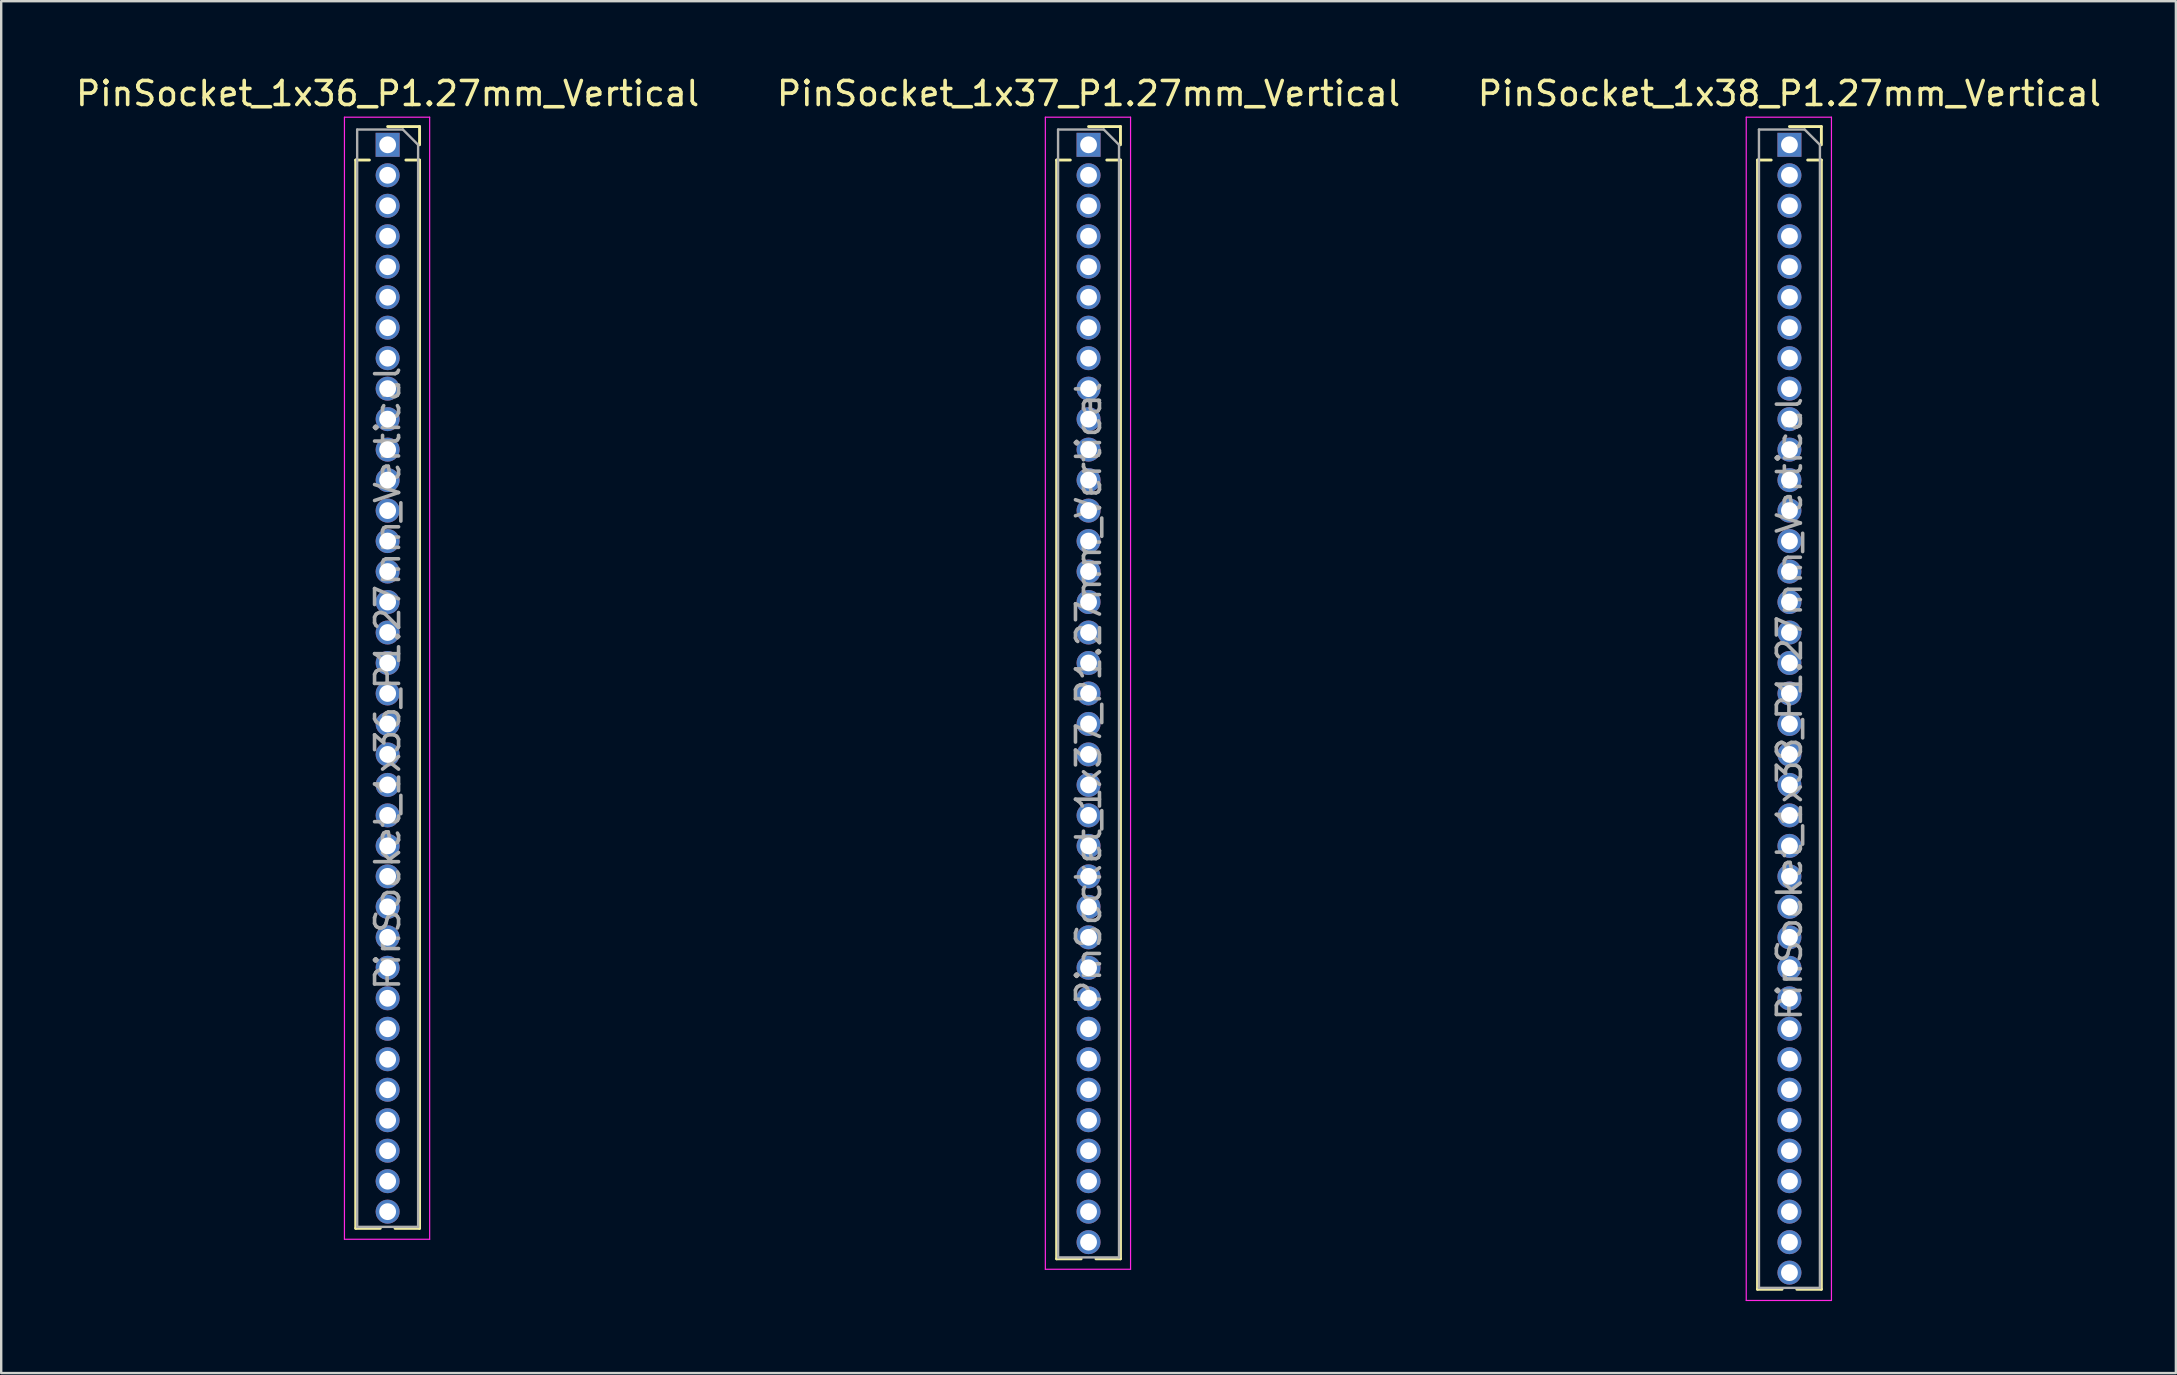
<source format=kicad_pcb>
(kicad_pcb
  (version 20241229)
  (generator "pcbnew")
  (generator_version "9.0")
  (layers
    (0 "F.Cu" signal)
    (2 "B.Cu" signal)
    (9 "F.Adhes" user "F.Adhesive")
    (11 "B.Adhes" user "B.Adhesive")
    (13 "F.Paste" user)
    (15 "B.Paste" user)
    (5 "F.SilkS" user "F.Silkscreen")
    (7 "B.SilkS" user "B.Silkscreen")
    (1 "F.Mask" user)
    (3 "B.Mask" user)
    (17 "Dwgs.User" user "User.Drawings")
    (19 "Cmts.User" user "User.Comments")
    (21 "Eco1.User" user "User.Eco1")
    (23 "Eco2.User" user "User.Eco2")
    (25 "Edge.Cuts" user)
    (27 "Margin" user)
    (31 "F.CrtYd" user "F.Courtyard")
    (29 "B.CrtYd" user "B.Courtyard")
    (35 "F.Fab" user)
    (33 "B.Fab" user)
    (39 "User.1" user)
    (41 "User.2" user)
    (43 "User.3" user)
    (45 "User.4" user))
  (footprint "PinSocket_1x36_P1.27mm_Vertical"
    (layer "F.Cu")
    (at 13.101 2.983)
    (property "Reference" "PinSocket_1x36_P1.27mm_Vertical" (at 0 -2.135 0) (layer "F.SilkS") (effects (font (size 1 1) (thickness 0.15))))
    (attr through_hole)
    (fp_line (start -1.33 0.635) (end -1.33 45.145) (stroke (width 0.12) (type solid)) (layer "F.SilkS"))
    (fp_line (start -1.33 0.635) (end -0.76 0.635) (stroke (width 0.12) (type solid)) (layer "F.SilkS"))
    (fp_line (start -1.33 45.145) (end -0.308 45.145) (stroke (width 0.12) (type solid)) (layer "F.SilkS"))
    (fp_line (start 0 -0.76) (end 1.33 -0.76) (stroke (width 0.12) (type solid)) (layer "F.SilkS"))
    (fp_line (start 0.308 45.145) (end 1.33 45.145) (stroke (width 0.12) (type solid)) (layer "F.SilkS"))
    (fp_line (start 0.76 0.635) (end 1.33 0.635) (stroke (width 0.12) (type solid)) (layer "F.SilkS"))
    (fp_line (start 1.33 -0.76) (end 1.33 0) (stroke (width 0.12) (type solid)) (layer "F.SilkS"))
    (fp_line (start 1.33 0.635) (end 1.33 45.145) (stroke (width 0.12) (type solid)) (layer "F.SilkS"))
    (fp_line (start -1.8 -1.15) (end 1.75 -1.15) (stroke (width 0.05) (type solid)) (layer "F.CrtYd"))
    (fp_line (start -1.8 45.6) (end -1.8 -1.15) (stroke (width 0.05) (type solid)) (layer "F.CrtYd"))
    (fp_line (start 1.75 -1.15) (end 1.75 45.6) (stroke (width 0.05) (type solid)) (layer "F.CrtYd"))
    (fp_line (start 1.75 45.6) (end -1.8 45.6) (stroke (width 0.05) (type solid)) (layer "F.CrtYd"))
    (fp_line (start -1.27 -0.635) (end 0.635 -0.635) (stroke (width 0.1) (type solid)) (layer "F.Fab"))
    (fp_line (start -1.27 45.085) (end -1.27 -0.635) (stroke (width 0.1) (type solid)) (layer "F.Fab"))
    (fp_line (start 0.635 -0.635) (end 1.27 0) (stroke (width 0.1) (type solid)) (layer "F.Fab"))
    (fp_line (start 1.27 0) (end 1.27 45.085) (stroke (width 0.1) (type solid)) (layer "F.Fab"))
    (fp_line (start 1.27 45.085) (end -1.27 45.085) (stroke (width 0.1) (type solid)) (layer "F.Fab"))
    (fp_text user "${REFERENCE}" (at 0 22.225 90) (layer "F.Fab") (effects (font (size 1 1) (thickness 0.15))))
    (pad "1" thru_hole rect (at 0 0) (size 1 1) (drill 0.7) (layers "*.Cu" "*.Mask"))
    (pad "2" thru_hole oval (at 0 1.27) (size 1 1) (drill 0.7) (layers "*.Cu" "*.Mask"))
    (pad "3" thru_hole oval (at 0 2.54) (size 1 1) (drill 0.7) (layers "*.Cu" "*.Mask"))
    (pad "4" thru_hole oval (at 0 3.81) (size 1 1) (drill 0.7) (layers "*.Cu" "*.Mask"))
    (pad "5" thru_hole oval (at 0 5.08) (size 1 1) (drill 0.7) (layers "*.Cu" "*.Mask"))
    (pad "6" thru_hole oval (at 0 6.35) (size 1 1) (drill 0.7) (layers "*.Cu" "*.Mask"))
    (pad "7" thru_hole oval (at 0 7.62) (size 1 1) (drill 0.7) (layers "*.Cu" "*.Mask"))
    (pad "8" thru_hole oval (at 0 8.89) (size 1 1) (drill 0.7) (layers "*.Cu" "*.Mask"))
    (pad "9" thru_hole oval (at 0 10.16) (size 1 1) (drill 0.7) (layers "*.Cu" "*.Mask"))
    (pad "10" thru_hole oval (at 0 11.43) (size 1 1) (drill 0.7) (layers "*.Cu" "*.Mask"))
    (pad "11" thru_hole oval (at 0 12.7) (size 1 1) (drill 0.7) (layers "*.Cu" "*.Mask"))
    (pad "12" thru_hole oval (at 0 13.97) (size 1 1) (drill 0.7) (layers "*.Cu" "*.Mask"))
    (pad "13" thru_hole oval (at 0 15.24) (size 1 1) (drill 0.7) (layers "*.Cu" "*.Mask"))
    (pad "14" thru_hole oval (at 0 16.51) (size 1 1) (drill 0.7) (layers "*.Cu" "*.Mask"))
    (pad "15" thru_hole oval (at 0 17.78) (size 1 1) (drill 0.7) (layers "*.Cu" "*.Mask"))
    (pad "16" thru_hole oval (at 0 19.05) (size 1 1) (drill 0.7) (layers "*.Cu" "*.Mask"))
    (pad "17" thru_hole oval (at 0 20.32) (size 1 1) (drill 0.7) (layers "*.Cu" "*.Mask"))
    (pad "18" thru_hole oval (at 0 21.59) (size 1 1) (drill 0.7) (layers "*.Cu" "*.Mask"))
    (pad "19" thru_hole oval (at 0 22.86) (size 1 1) (drill 0.7) (layers "*.Cu" "*.Mask"))
    (pad "20" thru_hole oval (at 0 24.13) (size 1 1) (drill 0.7) (layers "*.Cu" "*.Mask"))
    (pad "21" thru_hole oval (at 0 25.4) (size 1 1) (drill 0.7) (layers "*.Cu" "*.Mask"))
    (pad "22" thru_hole oval (at 0 26.67) (size 1 1) (drill 0.7) (layers "*.Cu" "*.Mask"))
    (pad "23" thru_hole oval (at 0 27.94) (size 1 1) (drill 0.7) (layers "*.Cu" "*.Mask"))
    (pad "24" thru_hole oval (at 0 29.21) (size 1 1) (drill 0.7) (layers "*.Cu" "*.Mask"))
    (pad "25" thru_hole oval (at 0 30.48) (size 1 1) (drill 0.7) (layers "*.Cu" "*.Mask"))
    (pad "26" thru_hole oval (at 0 31.75) (size 1 1) (drill 0.7) (layers "*.Cu" "*.Mask"))
    (pad "27" thru_hole oval (at 0 33.02) (size 1 1) (drill 0.7) (layers "*.Cu" "*.Mask"))
    (pad "28" thru_hole oval (at 0 34.29) (size 1 1) (drill 0.7) (layers "*.Cu" "*.Mask"))
    (pad "29" thru_hole oval (at 0 35.56) (size 1 1) (drill 0.7) (layers "*.Cu" "*.Mask"))
    (pad "30" thru_hole oval (at 0 36.83) (size 1 1) (drill 0.7) (layers "*.Cu" "*.Mask"))
    (pad "31" thru_hole oval (at 0 38.1) (size 1 1) (drill 0.7) (layers "*.Cu" "*.Mask"))
    (pad "32" thru_hole oval (at 0 39.37) (size 1 1) (drill 0.7) (layers "*.Cu" "*.Mask"))
    (pad "33" thru_hole oval (at 0 40.64) (size 1 1) (drill 0.7) (layers "*.Cu" "*.Mask"))
    (pad "34" thru_hole oval (at 0 41.91) (size 1 1) (drill 0.7) (layers "*.Cu" "*.Mask"))
    (pad "35" thru_hole oval (at 0 43.18) (size 1 1) (drill 0.7) (layers "*.Cu" "*.Mask"))
    (pad "36" thru_hole oval (at 0 44.45) (size 1 1) (drill 0.7) (layers "*.Cu" "*.Mask")))
  (footprint "PinSocket_1x37_P1.27mm_Vertical"
    (layer "F.Cu")
    (at 42.304 2.983)
    (property "Reference" "PinSocket_1x37_P1.27mm_Vertical" (at 0 -2.135 0) (layer "F.SilkS") (effects (font (size 1 1) (thickness 0.15))))
    (attr through_hole)
    (fp_line (start -1.33 0.635) (end -1.33 46.415) (stroke (width 0.12) (type solid)) (layer "F.SilkS"))
    (fp_line (start -1.33 0.635) (end -0.76 0.635) (stroke (width 0.12) (type solid)) (layer "F.SilkS"))
    (fp_line (start -1.33 46.415) (end -0.308 46.415) (stroke (width 0.12) (type solid)) (layer "F.SilkS"))
    (fp_line (start 0 -0.76) (end 1.33 -0.76) (stroke (width 0.12) (type solid)) (layer "F.SilkS"))
    (fp_line (start 0.308 46.415) (end 1.33 46.415) (stroke (width 0.12) (type solid)) (layer "F.SilkS"))
    (fp_line (start 0.76 0.635) (end 1.33 0.635) (stroke (width 0.12) (type solid)) (layer "F.SilkS"))
    (fp_line (start 1.33 -0.76) (end 1.33 0) (stroke (width 0.12) (type solid)) (layer "F.SilkS"))
    (fp_line (start 1.33 0.635) (end 1.33 46.415) (stroke (width 0.12) (type solid)) (layer "F.SilkS"))
    (fp_line (start -1.8 -1.15) (end 1.75 -1.15) (stroke (width 0.05) (type solid)) (layer "F.CrtYd"))
    (fp_line (start -1.8 46.85) (end -1.8 -1.15) (stroke (width 0.05) (type solid)) (layer "F.CrtYd"))
    (fp_line (start 1.75 -1.15) (end 1.75 46.85) (stroke (width 0.05) (type solid)) (layer "F.CrtYd"))
    (fp_line (start 1.75 46.85) (end -1.8 46.85) (stroke (width 0.05) (type solid)) (layer "F.CrtYd"))
    (fp_line (start -1.27 -0.635) (end 0.635 -0.635) (stroke (width 0.1) (type solid)) (layer "F.Fab"))
    (fp_line (start -1.27 46.355) (end -1.27 -0.635) (stroke (width 0.1) (type solid)) (layer "F.Fab"))
    (fp_line (start 0.635 -0.635) (end 1.27 0) (stroke (width 0.1) (type solid)) (layer "F.Fab"))
    (fp_line (start 1.27 0) (end 1.27 46.355) (stroke (width 0.1) (type solid)) (layer "F.Fab"))
    (fp_line (start 1.27 46.355) (end -1.27 46.355) (stroke (width 0.1) (type solid)) (layer "F.Fab"))
    (fp_text user "${REFERENCE}" (at 0 22.86 90) (layer "F.Fab") (effects (font (size 1 1) (thickness 0.15))))
    (pad "1" thru_hole rect (at 0 0) (size 1 1) (drill 0.7) (layers "*.Cu" "*.Mask"))
    (pad "2" thru_hole oval (at 0 1.27) (size 1 1) (drill 0.7) (layers "*.Cu" "*.Mask"))
    (pad "3" thru_hole oval (at 0 2.54) (size 1 1) (drill 0.7) (layers "*.Cu" "*.Mask"))
    (pad "4" thru_hole oval (at 0 3.81) (size 1 1) (drill 0.7) (layers "*.Cu" "*.Mask"))
    (pad "5" thru_hole oval (at 0 5.08) (size 1 1) (drill 0.7) (layers "*.Cu" "*.Mask"))
    (pad "6" thru_hole oval (at 0 6.35) (size 1 1) (drill 0.7) (layers "*.Cu" "*.Mask"))
    (pad "7" thru_hole oval (at 0 7.62) (size 1 1) (drill 0.7) (layers "*.Cu" "*.Mask"))
    (pad "8" thru_hole oval (at 0 8.89) (size 1 1) (drill 0.7) (layers "*.Cu" "*.Mask"))
    (pad "9" thru_hole oval (at 0 10.16) (size 1 1) (drill 0.7) (layers "*.Cu" "*.Mask"))
    (pad "10" thru_hole oval (at 0 11.43) (size 1 1) (drill 0.7) (layers "*.Cu" "*.Mask"))
    (pad "11" thru_hole oval (at 0 12.7) (size 1 1) (drill 0.7) (layers "*.Cu" "*.Mask"))
    (pad "12" thru_hole oval (at 0 13.97) (size 1 1) (drill 0.7) (layers "*.Cu" "*.Mask"))
    (pad "13" thru_hole oval (at 0 15.24) (size 1 1) (drill 0.7) (layers "*.Cu" "*.Mask"))
    (pad "14" thru_hole oval (at 0 16.51) (size 1 1) (drill 0.7) (layers "*.Cu" "*.Mask"))
    (pad "15" thru_hole oval (at 0 17.78) (size 1 1) (drill 0.7) (layers "*.Cu" "*.Mask"))
    (pad "16" thru_hole oval (at 0 19.05) (size 1 1) (drill 0.7) (layers "*.Cu" "*.Mask"))
    (pad "17" thru_hole oval (at 0 20.32) (size 1 1) (drill 0.7) (layers "*.Cu" "*.Mask"))
    (pad "18" thru_hole oval (at 0 21.59) (size 1 1) (drill 0.7) (layers "*.Cu" "*.Mask"))
    (pad "19" thru_hole oval (at 0 22.86) (size 1 1) (drill 0.7) (layers "*.Cu" "*.Mask"))
    (pad "20" thru_hole oval (at 0 24.13) (size 1 1) (drill 0.7) (layers "*.Cu" "*.Mask"))
    (pad "21" thru_hole oval (at 0 25.4) (size 1 1) (drill 0.7) (layers "*.Cu" "*.Mask"))
    (pad "22" thru_hole oval (at 0 26.67) (size 1 1) (drill 0.7) (layers "*.Cu" "*.Mask"))
    (pad "23" thru_hole oval (at 0 27.94) (size 1 1) (drill 0.7) (layers "*.Cu" "*.Mask"))
    (pad "24" thru_hole oval (at 0 29.21) (size 1 1) (drill 0.7) (layers "*.Cu" "*.Mask"))
    (pad "25" thru_hole oval (at 0 30.48) (size 1 1) (drill 0.7) (layers "*.Cu" "*.Mask"))
    (pad "26" thru_hole oval (at 0 31.75) (size 1 1) (drill 0.7) (layers "*.Cu" "*.Mask"))
    (pad "27" thru_hole oval (at 0 33.02) (size 1 1) (drill 0.7) (layers "*.Cu" "*.Mask"))
    (pad "28" thru_hole oval (at 0 34.29) (size 1 1) (drill 0.7) (layers "*.Cu" "*.Mask"))
    (pad "29" thru_hole oval (at 0 35.56) (size 1 1) (drill 0.7) (layers "*.Cu" "*.Mask"))
    (pad "30" thru_hole oval (at 0 36.83) (size 1 1) (drill 0.7) (layers "*.Cu" "*.Mask"))
    (pad "31" thru_hole oval (at 0 38.1) (size 1 1) (drill 0.7) (layers "*.Cu" "*.Mask"))
    (pad "32" thru_hole oval (at 0 39.37) (size 1 1) (drill 0.7) (layers "*.Cu" "*.Mask"))
    (pad "33" thru_hole oval (at 0 40.64) (size 1 1) (drill 0.7) (layers "*.Cu" "*.Mask"))
    (pad "34" thru_hole oval (at 0 41.91) (size 1 1) (drill 0.7) (layers "*.Cu" "*.Mask"))
    (pad "35" thru_hole oval (at 0 43.18) (size 1 1) (drill 0.7) (layers "*.Cu" "*.Mask"))
    (pad "36" thru_hole oval (at 0 44.45) (size 1 1) (drill 0.7) (layers "*.Cu" "*.Mask"))
    (pad "37" thru_hole oval (at 0 45.72) (size 1 1) (drill 0.7) (layers "*.Cu" "*.Mask")))
  (footprint "PinSocket_1x38_P1.27mm_Vertical"
    (layer "F.Cu")
    (at 71.506 2.983)
    (property "Reference" "PinSocket_1x38_P1.27mm_Vertical" (at 0 -2.135 0) (layer "F.SilkS") (effects (font (size 1 1) (thickness 0.15))))
    (attr through_hole)
    (fp_line (start -1.33 0.635) (end -1.33 47.685) (stroke (width 0.12) (type solid)) (layer "F.SilkS"))
    (fp_line (start -1.33 0.635) (end -0.76 0.635) (stroke (width 0.12) (type solid)) (layer "F.SilkS"))
    (fp_line (start -1.33 47.685) (end -0.308 47.685) (stroke (width 0.12) (type solid)) (layer "F.SilkS"))
    (fp_line (start 0 -0.76) (end 1.33 -0.76) (stroke (width 0.12) (type solid)) (layer "F.SilkS"))
    (fp_line (start 0.308 47.685) (end 1.33 47.685) (stroke (width 0.12) (type solid)) (layer "F.SilkS"))
    (fp_line (start 0.76 0.635) (end 1.33 0.635) (stroke (width 0.12) (type solid)) (layer "F.SilkS"))
    (fp_line (start 1.33 -0.76) (end 1.33 0) (stroke (width 0.12) (type solid)) (layer "F.SilkS"))
    (fp_line (start 1.33 0.635) (end 1.33 47.685) (stroke (width 0.12) (type solid)) (layer "F.SilkS"))
    (fp_line (start -1.8 -1.15) (end 1.75 -1.15) (stroke (width 0.05) (type solid)) (layer "F.CrtYd"))
    (fp_line (start -1.8 48.15) (end -1.8 -1.15) (stroke (width 0.05) (type solid)) (layer "F.CrtYd"))
    (fp_line (start 1.75 -1.15) (end 1.75 48.15) (stroke (width 0.05) (type solid)) (layer "F.CrtYd"))
    (fp_line (start 1.75 48.15) (end -1.8 48.15) (stroke (width 0.05) (type solid)) (layer "F.CrtYd"))
    (fp_line (start -1.27 -0.635) (end 0.635 -0.635) (stroke (width 0.1) (type solid)) (layer "F.Fab"))
    (fp_line (start -1.27 47.625) (end -1.27 -0.635) (stroke (width 0.1) (type solid)) (layer "F.Fab"))
    (fp_line (start 0.635 -0.635) (end 1.27 0) (stroke (width 0.1) (type solid)) (layer "F.Fab"))
    (fp_line (start 1.27 0) (end 1.27 47.625) (stroke (width 0.1) (type solid)) (layer "F.Fab"))
    (fp_line (start 1.27 47.625) (end -1.27 47.625) (stroke (width 0.1) (type solid)) (layer "F.Fab"))
    (fp_text user "${REFERENCE}" (at 0 23.495 90) (layer "F.Fab") (effects (font (size 1 1) (thickness 0.15))))
    (pad "1" thru_hole rect (at 0 0) (size 1 1) (drill 0.7) (layers "*.Cu" "*.Mask"))
    (pad "2" thru_hole oval (at 0 1.27) (size 1 1) (drill 0.7) (layers "*.Cu" "*.Mask"))
    (pad "3" thru_hole oval (at 0 2.54) (size 1 1) (drill 0.7) (layers "*.Cu" "*.Mask"))
    (pad "4" thru_hole oval (at 0 3.81) (size 1 1) (drill 0.7) (layers "*.Cu" "*.Mask"))
    (pad "5" thru_hole oval (at 0 5.08) (size 1 1) (drill 0.7) (layers "*.Cu" "*.Mask"))
    (pad "6" thru_hole oval (at 0 6.35) (size 1 1) (drill 0.7) (layers "*.Cu" "*.Mask"))
    (pad "7" thru_hole oval (at 0 7.62) (size 1 1) (drill 0.7) (layers "*.Cu" "*.Mask"))
    (pad "8" thru_hole oval (at 0 8.89) (size 1 1) (drill 0.7) (layers "*.Cu" "*.Mask"))
    (pad "9" thru_hole oval (at 0 10.16) (size 1 1) (drill 0.7) (layers "*.Cu" "*.Mask"))
    (pad "10" thru_hole oval (at 0 11.43) (size 1 1) (drill 0.7) (layers "*.Cu" "*.Mask"))
    (pad "11" thru_hole oval (at 0 12.7) (size 1 1) (drill 0.7) (layers "*.Cu" "*.Mask"))
    (pad "12" thru_hole oval (at 0 13.97) (size 1 1) (drill 0.7) (layers "*.Cu" "*.Mask"))
    (pad "13" thru_hole oval (at 0 15.24) (size 1 1) (drill 0.7) (layers "*.Cu" "*.Mask"))
    (pad "14" thru_hole oval (at 0 16.51) (size 1 1) (drill 0.7) (layers "*.Cu" "*.Mask"))
    (pad "15" thru_hole oval (at 0 17.78) (size 1 1) (drill 0.7) (layers "*.Cu" "*.Mask"))
    (pad "16" thru_hole oval (at 0 19.05) (size 1 1) (drill 0.7) (layers "*.Cu" "*.Mask"))
    (pad "17" thru_hole oval (at 0 20.32) (size 1 1) (drill 0.7) (layers "*.Cu" "*.Mask"))
    (pad "18" thru_hole oval (at 0 21.59) (size 1 1) (drill 0.7) (layers "*.Cu" "*.Mask"))
    (pad "19" thru_hole oval (at 0 22.86) (size 1 1) (drill 0.7) (layers "*.Cu" "*.Mask"))
    (pad "20" thru_hole oval (at 0 24.13) (size 1 1) (drill 0.7) (layers "*.Cu" "*.Mask"))
    (pad "21" thru_hole oval (at 0 25.4) (size 1 1) (drill 0.7) (layers "*.Cu" "*.Mask"))
    (pad "22" thru_hole oval (at 0 26.67) (size 1 1) (drill 0.7) (layers "*.Cu" "*.Mask"))
    (pad "23" thru_hole oval (at 0 27.94) (size 1 1) (drill 0.7) (layers "*.Cu" "*.Mask"))
    (pad "24" thru_hole oval (at 0 29.21) (size 1 1) (drill 0.7) (layers "*.Cu" "*.Mask"))
    (pad "25" thru_hole oval (at 0 30.48) (size 1 1) (drill 0.7) (layers "*.Cu" "*.Mask"))
    (pad "26" thru_hole oval (at 0 31.75) (size 1 1) (drill 0.7) (layers "*.Cu" "*.Mask"))
    (pad "27" thru_hole oval (at 0 33.02) (size 1 1) (drill 0.7) (layers "*.Cu" "*.Mask"))
    (pad "28" thru_hole oval (at 0 34.29) (size 1 1) (drill 0.7) (layers "*.Cu" "*.Mask"))
    (pad "29" thru_hole oval (at 0 35.56) (size 1 1) (drill 0.7) (layers "*.Cu" "*.Mask"))
    (pad "30" thru_hole oval (at 0 36.83) (size 1 1) (drill 0.7) (layers "*.Cu" "*.Mask"))
    (pad "31" thru_hole oval (at 0 38.1) (size 1 1) (drill 0.7) (layers "*.Cu" "*.Mask"))
    (pad "32" thru_hole oval (at 0 39.37) (size 1 1) (drill 0.7) (layers "*.Cu" "*.Mask"))
    (pad "33" thru_hole oval (at 0 40.64) (size 1 1) (drill 0.7) (layers "*.Cu" "*.Mask"))
    (pad "34" thru_hole oval (at 0 41.91) (size 1 1) (drill 0.7) (layers "*.Cu" "*.Mask"))
    (pad "35" thru_hole oval (at 0 43.18) (size 1 1) (drill 0.7) (layers "*.Cu" "*.Mask"))
    (pad "36" thru_hole oval (at 0 44.45) (size 1 1) (drill 0.7) (layers "*.Cu" "*.Mask"))
    (pad "37" thru_hole oval (at 0 45.72) (size 1 1) (drill 0.7) (layers "*.Cu" "*.Mask"))
    (pad "38" thru_hole oval (at 0 46.99) (size 1 1) (drill 0.7) (layers "*.Cu" "*.Mask")))
  (gr_rect
    (start -3 -3)
    (end 87.607 54.158)
    (stroke (width 0.1) (type default))
    (fill no)
    (layer "Edge.Cuts")))
</source>
